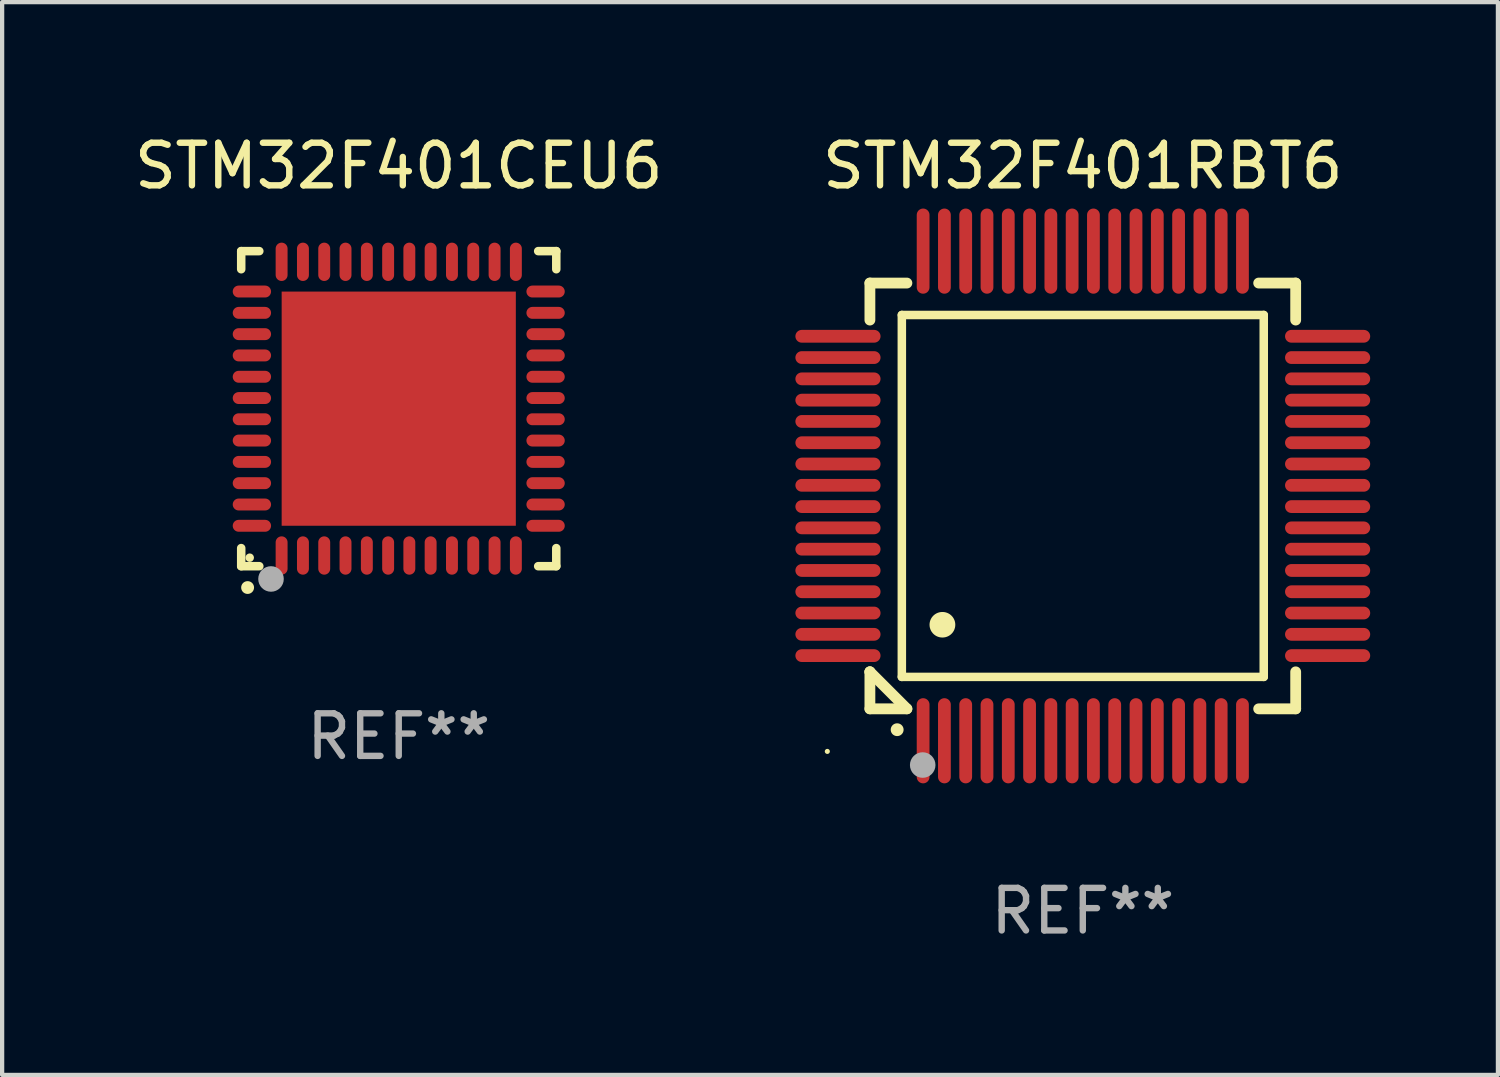
<source format=kicad_pcb>
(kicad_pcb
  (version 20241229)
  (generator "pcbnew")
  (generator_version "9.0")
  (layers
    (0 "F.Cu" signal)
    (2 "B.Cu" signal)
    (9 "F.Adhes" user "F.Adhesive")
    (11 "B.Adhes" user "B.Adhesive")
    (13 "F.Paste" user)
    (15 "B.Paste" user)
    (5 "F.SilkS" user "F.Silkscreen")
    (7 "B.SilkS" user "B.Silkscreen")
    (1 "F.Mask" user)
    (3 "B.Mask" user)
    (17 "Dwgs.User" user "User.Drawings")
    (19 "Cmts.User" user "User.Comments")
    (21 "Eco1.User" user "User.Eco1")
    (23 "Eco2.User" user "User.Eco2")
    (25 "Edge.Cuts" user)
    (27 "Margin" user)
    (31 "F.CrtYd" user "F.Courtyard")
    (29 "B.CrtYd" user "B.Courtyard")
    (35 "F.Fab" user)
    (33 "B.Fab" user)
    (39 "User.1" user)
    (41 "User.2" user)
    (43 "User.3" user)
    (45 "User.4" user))
  (footprint "STM32F401CEU6"
    (layer "F.Cu")
    (at 6.315 6.548)
    (property "Reference" "STM32F401CEU6" (at 0 -5.7 0) (layer "F.SilkS") (effects (font (size 1 1) (thickness 0.15))))
    (attr through_hole)
    (fp_line (start -3.7 -3.7) (end -3.275 -3.7) (stroke (width 0.2) (type solid)) (layer "F.SilkS"))
    (fp_line (start -3.7 -3.275) (end -3.7 -3.7) (stroke (width 0.2) (type solid)) (layer "F.SilkS"))
    (fp_line (start -3.7 3.7) (end -3.7 3.275) (stroke (width 0.2) (type solid)) (layer "F.SilkS"))
    (fp_line (start -3.275 3.7) (end -3.7 3.7) (stroke (width 0.2) (type solid)) (layer "F.SilkS"))
    (fp_line (start 3.7 -3.7) (end 3.275 -3.7) (stroke (width 0.2) (type solid)) (layer "F.SilkS"))
    (fp_line (start 3.7 -3.275) (end 3.7 -3.7) (stroke (width 0.2) (type solid)) (layer "F.SilkS"))
    (fp_line (start 3.7 3.275) (end 3.7 3.7) (stroke (width 0.2) (type solid)) (layer "F.SilkS"))
    (fp_line (start 3.7 3.7) (end 3.275 3.7) (stroke (width 0.2) (type solid)) (layer "F.SilkS"))
    (fp_arc (start -3.550927 4.201168) (mid -3.549657 4.201163) (end -3.548387 4.201168) (stroke (width 0.3) (type solid)) (layer "F.SilkS"))
    (fp_circle (center -3.5 3.5) (end -3.45 3.5) (stroke (width 0.1) (type solid)) (fill no) (layer "F.SilkS"))
    (fp_circle (center -3 4) (end -2.85 4) (stroke (width 0.3) (type solid)) (fill no) (layer "F.Fab"))
    (fp_text user "REF**" (at 0 7.7 0) (layer "F.Fab") (effects (font (size 1 1) (thickness 0.15))))
    (pad "1" smd oval (at -2.751 3.449) (size 0.28 0.9) (layers "F.Cu" "F.Mask" "F.Paste"))
    (pad "2" smd oval (at -2.25 3.449) (size 0.28 0.9) (layers "F.Cu" "F.Mask" "F.Paste"))
    (pad "3" smd oval (at -1.75 3.449) (size 0.28 0.9) (layers "F.Cu" "F.Mask" "F.Paste"))
    (pad "4" smd oval (at -1.25 3.449) (size 0.28 0.9) (layers "F.Cu" "F.Mask" "F.Paste"))
    (pad "5" smd oval (at -0.749 3.449) (size 0.28 0.9) (layers "F.Cu" "F.Mask" "F.Paste"))
    (pad "6" smd oval (at -0.249 3.449) (size 0.28 0.9) (layers "F.Cu" "F.Mask" "F.Paste"))
    (pad "7" smd oval (at 0.249 3.449) (size 0.28 0.9) (layers "F.Cu" "F.Mask" "F.Paste"))
    (pad "8" smd oval (at 0.749 3.449) (size 0.28 0.9) (layers "F.Cu" "F.Mask" "F.Paste"))
    (pad "9" smd oval (at 1.25 3.449) (size 0.28 0.9) (layers "F.Cu" "F.Mask" "F.Paste"))
    (pad "10" smd oval (at 1.75 3.449) (size 0.28 0.9) (layers "F.Cu" "F.Mask" "F.Paste"))
    (pad "11" smd oval (at 2.251 3.449) (size 0.28 0.9) (layers "F.Cu" "F.Mask" "F.Paste"))
    (pad "12" smd oval (at 2.751 3.449) (size 0.28 0.9) (layers "F.Cu" "F.Mask" "F.Paste"))
    (pad "13" smd oval (at 3.449 2.751) (size 0.9 0.28) (layers "F.Cu" "F.Mask" "F.Paste"))
    (pad "14" smd oval (at 3.449 2.251) (size 0.9 0.28) (layers "F.Cu" "F.Mask" "F.Paste"))
    (pad "15" smd oval (at 3.449 1.75) (size 0.9 0.28) (layers "F.Cu" "F.Mask" "F.Paste"))
    (pad "16" smd oval (at 3.449 1.25) (size 0.9 0.28) (layers "F.Cu" "F.Mask" "F.Paste"))
    (pad "17" smd oval (at 3.449 0.749) (size 0.9 0.28) (layers "F.Cu" "F.Mask" "F.Paste"))
    (pad "18" smd oval (at 3.449 0.249) (size 0.9 0.28) (layers "F.Cu" "F.Mask" "F.Paste"))
    (pad "19" smd oval (at 3.449 -0.249) (size 0.9 0.28) (layers "F.Cu" "F.Mask" "F.Paste"))
    (pad "20" smd oval (at 3.449 -0.749) (size 0.9 0.28) (layers "F.Cu" "F.Mask" "F.Paste"))
    (pad "21" smd oval (at 3.449 -1.25) (size 0.9 0.28) (layers "F.Cu" "F.Mask" "F.Paste"))
    (pad "22" smd oval (at 3.449 -1.75) (size 0.9 0.28) (layers "F.Cu" "F.Mask" "F.Paste"))
    (pad "23" smd oval (at 3.449 -2.25) (size 0.9 0.28) (layers "F.Cu" "F.Mask" "F.Paste"))
    (pad "24" smd oval (at 3.449 -2.751) (size 0.9 0.28) (layers "F.Cu" "F.Mask" "F.Paste"))
    (pad "25" smd oval (at 2.751 -3.449) (size 0.28 0.9) (layers "F.Cu" "F.Mask" "F.Paste"))
    (pad "26" smd oval (at 2.251 -3.449) (size 0.28 0.9) (layers "F.Cu" "F.Mask" "F.Paste"))
    (pad "27" smd oval (at 1.75 -3.449) (size 0.28 0.9) (layers "F.Cu" "F.Mask" "F.Paste"))
    (pad "28" smd oval (at 1.25 -3.449) (size 0.28 0.9) (layers "F.Cu" "F.Mask" "F.Paste"))
    (pad "29" smd oval (at 0.749 -3.449) (size 0.28 0.9) (layers "F.Cu" "F.Mask" "F.Paste"))
    (pad "30" smd oval (at 0.249 -3.449) (size 0.28 0.9) (layers "F.Cu" "F.Mask" "F.Paste"))
    (pad "31" smd oval (at -0.249 -3.449) (size 0.28 0.9) (layers "F.Cu" "F.Mask" "F.Paste"))
    (pad "32" smd oval (at -0.749 -3.449) (size 0.28 0.9) (layers "F.Cu" "F.Mask" "F.Paste"))
    (pad "33" smd oval (at -1.25 -3.449) (size 0.28 0.9) (layers "F.Cu" "F.Mask" "F.Paste"))
    (pad "34" smd oval (at -1.75 -3.449) (size 0.28 0.9) (layers "F.Cu" "F.Mask" "F.Paste"))
    (pad "35" smd oval (at -2.25 -3.449) (size 0.28 0.9) (layers "F.Cu" "F.Mask" "F.Paste"))
    (pad "36" smd oval (at -2.751 -3.449) (size 0.28 0.9) (layers "F.Cu" "F.Mask" "F.Paste"))
    (pad "37" smd oval (at -3.449 -2.751) (size 0.9 0.28) (layers "F.Cu" "F.Mask" "F.Paste"))
    (pad "38" smd oval (at -3.449 -2.25) (size 0.9 0.28) (layers "F.Cu" "F.Mask" "F.Paste"))
    (pad "39" smd oval (at -3.449 -1.75) (size 0.9 0.28) (layers "F.Cu" "F.Mask" "F.Paste"))
    (pad "40" smd oval (at -3.449 -1.25) (size 0.9 0.28) (layers "F.Cu" "F.Mask" "F.Paste"))
    (pad "41" smd oval (at -3.449 -0.749) (size 0.9 0.28) (layers "F.Cu" "F.Mask" "F.Paste"))
    (pad "42" smd oval (at -3.449 -0.249) (size 0.9 0.28) (layers "F.Cu" "F.Mask" "F.Paste"))
    (pad "43" smd oval (at -3.449 0.249) (size 0.9 0.28) (layers "F.Cu" "F.Mask" "F.Paste"))
    (pad "44" smd oval (at -3.449 0.749) (size 0.9 0.28) (layers "F.Cu" "F.Mask" "F.Paste"))
    (pad "45" smd oval (at -3.449 1.25) (size 0.9 0.28) (layers "F.Cu" "F.Mask" "F.Paste"))
    (pad "46" smd oval (at -3.449 1.75) (size 0.9 0.28) (layers "F.Cu" "F.Mask" "F.Paste"))
    (pad "47" smd oval (at -3.449 2.251) (size 0.9 0.28) (layers "F.Cu" "F.Mask" "F.Paste"))
    (pad "48" smd oval (at -3.449 2.751) (size 0.9 0.28) (layers "F.Cu" "F.Mask" "F.Paste"))
    (pad "49" smd rect (at 0.000076 0.000076) (size 5.5 5.5) (layers "F.Cu" "F.Mask" "F.Paste")))
  (footprint "STM32F401RBT6"
    (layer "F.Cu")
    (at 22.381 8.598)
    (property "Reference" "STM32F401RBT6" (at 0 -7.75 0) (layer "F.SilkS") (effects (font (size 1 1) (thickness 0.15))))
    (attr through_hole)
    (fp_line (start -5 -5) (end -4.131 -5) (stroke (width 0.254) (type solid)) (layer "F.SilkS"))
    (fp_line (start -5 -4.131) (end -5 -5) (stroke (width 0.254) (type solid)) (layer "F.SilkS"))
    (fp_line (start -5 4.131) (end -5 4.131) (stroke (width 0.254) (type solid)) (layer "F.SilkS"))
    (fp_line (start -5 5) (end -5 4.131) (stroke (width 0.254) (type solid)) (layer "F.SilkS"))
    (fp_line (start -5 4.131) (end -4.131 5) (stroke (width 0.254) (type solid)) (layer "F.SilkS"))
    (fp_line (start -4.25 -4.25) (end -4.25 4.25) (stroke (width 0.2) (type solid)) (layer "F.SilkS"))
    (fp_line (start -4.25 4.25) (end 4.25 4.25) (stroke (width 0.2) (type solid)) (layer "F.SilkS"))
    (fp_line (start -4.131 5) (end -5 5) (stroke (width 0.254) (type solid)) (layer "F.SilkS"))
    (fp_line (start 4.25 -4.25) (end -4.25 -4.25) (stroke (width 0.2) (type solid)) (layer "F.SilkS"))
    (fp_line (start 4.25 4.25) (end 4.25 -4.25) (stroke (width 0.2) (type solid)) (layer "F.SilkS"))
    (fp_line (start 5 -5) (end 4.131 -5) (stroke (width 0.254) (type solid)) (layer "F.SilkS"))
    (fp_line (start 5 -5) (end 5 -4.131) (stroke (width 0.254) (type solid)) (layer "F.SilkS"))
    (fp_line (start 5 4.131) (end 5 5) (stroke (width 0.254) (type solid)) (layer "F.SilkS"))
    (fp_line (start 5 5) (end 4.131 5) (stroke (width 0.254) (type solid)) (layer "F.SilkS"))
    (fp_arc (start -4.361265 5.489992) (mid -4.359995 5.489987) (end -4.358725 5.489992) (stroke (width 0.3) (type solid)) (layer "F.SilkS"))
    (fp_arc (start -3.299467 3.025146) (mid -3.296927 3.025135) (end -3.294387 3.025146) (stroke (width 0.6) (type solid)) (layer "F.SilkS"))
    (fp_circle (center -6 6) (end -5.97 6) (stroke (width 0.06) (type solid)) (fill no) (layer "F.SilkS"))
    (fp_circle (center -3.76 6.32) (end -3.61 6.32) (stroke (width 0.3) (type solid)) (fill no) (layer "F.Fab"))
    (fp_text user "REF**" (at 0 9.75 0) (layer "F.Fab") (effects (font (size 1 1) (thickness 0.15))))
    (pad "1" smd oval (at -3.75 5.75) (size 0.3 2) (layers "F.Cu" "F.Mask" "F.Paste"))
    (pad "2" smd oval (at -3.25 5.75) (size 0.3 2) (layers "F.Cu" "F.Mask" "F.Paste"))
    (pad "3" smd oval (at -2.75 5.75) (size 0.3 2) (layers "F.Cu" "F.Mask" "F.Paste"))
    (pad "4" smd oval (at -2.25 5.75) (size 0.3 2) (layers "F.Cu" "F.Mask" "F.Paste"))
    (pad "5" smd oval (at -1.75 5.75) (size 0.3 2) (layers "F.Cu" "F.Mask" "F.Paste"))
    (pad "6" smd oval (at -1.25 5.75) (size 0.3 2) (layers "F.Cu" "F.Mask" "F.Paste"))
    (pad "7" smd oval (at -0.75 5.75) (size 0.3 2) (layers "F.Cu" "F.Mask" "F.Paste"))
    (pad "8" smd oval (at -0.25 5.75) (size 0.3 2) (layers "F.Cu" "F.Mask" "F.Paste"))
    (pad "9" smd oval (at 0.25 5.75) (size 0.3 2) (layers "F.Cu" "F.Mask" "F.Paste"))
    (pad "10" smd oval (at 0.75 5.75) (size 0.3 2) (layers "F.Cu" "F.Mask" "F.Paste"))
    (pad "11" smd oval (at 1.25 5.75) (size 0.3 2) (layers "F.Cu" "F.Mask" "F.Paste"))
    (pad "12" smd oval (at 1.75 5.75) (size 0.3 2) (layers "F.Cu" "F.Mask" "F.Paste"))
    (pad "13" smd oval (at 2.25 5.75) (size 0.3 2) (layers "F.Cu" "F.Mask" "F.Paste"))
    (pad "14" smd oval (at 2.75 5.75) (size 0.3 2) (layers "F.Cu" "F.Mask" "F.Paste"))
    (pad "15" smd oval (at 3.25 5.75) (size 0.3 2) (layers "F.Cu" "F.Mask" "F.Paste"))
    (pad "16" smd oval (at 3.75 5.75) (size 0.3 2) (layers "F.Cu" "F.Mask" "F.Paste"))
    (pad "17" smd oval (at 5.75 3.75) (size 2 0.3) (layers "F.Cu" "F.Mask" "F.Paste"))
    (pad "18" smd oval (at 5.75 3.25) (size 2 0.3) (layers "F.Cu" "F.Mask" "F.Paste"))
    (pad "19" smd oval (at 5.75 2.75) (size 2 0.3) (layers "F.Cu" "F.Mask" "F.Paste"))
    (pad "20" smd oval (at 5.75 2.25) (size 2 0.3) (layers "F.Cu" "F.Mask" "F.Paste"))
    (pad "21" smd oval (at 5.75 1.75) (size 2 0.3) (layers "F.Cu" "F.Mask" "F.Paste"))
    (pad "22" smd oval (at 5.75 1.25) (size 2 0.3) (layers "F.Cu" "F.Mask" "F.Paste"))
    (pad "23" smd oval (at 5.75 0.75) (size 2 0.3) (layers "F.Cu" "F.Mask" "F.Paste"))
    (pad "24" smd oval (at 5.75 0.25) (size 2 0.3) (layers "F.Cu" "F.Mask" "F.Paste"))
    (pad "25" smd oval (at 5.75 -0.25) (size 2 0.3) (layers "F.Cu" "F.Mask" "F.Paste"))
    (pad "26" smd oval (at 5.75 -0.75) (size 2 0.3) (layers "F.Cu" "F.Mask" "F.Paste"))
    (pad "27" smd oval (at 5.75 -1.25) (size 2 0.3) (layers "F.Cu" "F.Mask" "F.Paste"))
    (pad "28" smd oval (at 5.75 -1.75) (size 2 0.3) (layers "F.Cu" "F.Mask" "F.Paste"))
    (pad "29" smd oval (at 5.75 -2.25) (size 2 0.3) (layers "F.Cu" "F.Mask" "F.Paste"))
    (pad "30" smd oval (at 5.75 -2.75) (size 2 0.3) (layers "F.Cu" "F.Mask" "F.Paste"))
    (pad "31" smd oval (at 5.75 -3.25) (size 2 0.3) (layers "F.Cu" "F.Mask" "F.Paste"))
    (pad "32" smd oval (at 5.75 -3.75) (size 2 0.3) (layers "F.Cu" "F.Mask" "F.Paste"))
    (pad "33" smd oval (at 3.75 -5.75) (size 0.3 2) (layers "F.Cu" "F.Mask" "F.Paste"))
    (pad "34" smd oval (at 3.25 -5.75) (size 0.3 2) (layers "F.Cu" "F.Mask" "F.Paste"))
    (pad "35" smd oval (at 2.75 -5.75) (size 0.3 2) (layers "F.Cu" "F.Mask" "F.Paste"))
    (pad "36" smd oval (at 2.25 -5.75) (size 0.3 2) (layers "F.Cu" "F.Mask" "F.Paste"))
    (pad "37" smd oval (at 1.75 -5.75) (size 0.3 2) (layers "F.Cu" "F.Mask" "F.Paste"))
    (pad "38" smd oval (at 1.25 -5.75) (size 0.3 2) (layers "F.Cu" "F.Mask" "F.Paste"))
    (pad "39" smd oval (at 0.75 -5.75) (size 0.3 2) (layers "F.Cu" "F.Mask" "F.Paste"))
    (pad "40" smd oval (at 0.25 -5.75) (size 0.3 2) (layers "F.Cu" "F.Mask" "F.Paste"))
    (pad "41" smd oval (at -0.25 -5.75) (size 0.3 2) (layers "F.Cu" "F.Mask" "F.Paste"))
    (pad "42" smd oval (at -0.75 -5.75) (size 0.3 2) (layers "F.Cu" "F.Mask" "F.Paste"))
    (pad "43" smd oval (at -1.25 -5.75) (size 0.3 2) (layers "F.Cu" "F.Mask" "F.Paste"))
    (pad "44" smd oval (at -1.75 -5.75) (size 0.3 2) (layers "F.Cu" "F.Mask" "F.Paste"))
    (pad "45" smd oval (at -2.25 -5.75) (size 0.3 2) (layers "F.Cu" "F.Mask" "F.Paste"))
    (pad "46" smd oval (at -2.75 -5.75) (size 0.3 2) (layers "F.Cu" "F.Mask" "F.Paste"))
    (pad "47" smd oval (at -3.25 -5.75) (size 0.3 2) (layers "F.Cu" "F.Mask" "F.Paste"))
    (pad "48" smd oval (at -3.75 -5.75) (size 0.3 2) (layers "F.Cu" "F.Mask" "F.Paste"))
    (pad "49" smd oval (at -5.75 -3.75) (size 2 0.3) (layers "F.Cu" "F.Mask" "F.Paste"))
    (pad "50" smd oval (at -5.75 -3.25) (size 2 0.3) (layers "F.Cu" "F.Mask" "F.Paste"))
    (pad "51" smd oval (at -5.75 -2.75) (size 2 0.3) (layers "F.Cu" "F.Mask" "F.Paste"))
    (pad "52" smd oval (at -5.75 -2.25) (size 2 0.3) (layers "F.Cu" "F.Mask" "F.Paste"))
    (pad "53" smd oval (at -5.75 -1.75) (size 2 0.3) (layers "F.Cu" "F.Mask" "F.Paste"))
    (pad "54" smd oval (at -5.75 -1.25) (size 2 0.3) (layers "F.Cu" "F.Mask" "F.Paste"))
    (pad "55" smd oval (at -5.75 -0.75) (size 2 0.3) (layers "F.Cu" "F.Mask" "F.Paste"))
    (pad "56" smd oval (at -5.75 -0.25) (size 2 0.3) (layers "F.Cu" "F.Mask" "F.Paste"))
    (pad "57" smd oval (at -5.75 0.25) (size 2 0.3) (layers "F.Cu" "F.Mask" "F.Paste"))
    (pad "58" smd oval (at -5.75 0.75) (size 2 0.3) (layers "F.Cu" "F.Mask" "F.Paste"))
    (pad "59" smd oval (at -5.75 1.25) (size 2 0.3) (layers "F.Cu" "F.Mask" "F.Paste"))
    (pad "60" smd oval (at -5.75 1.75) (size 2 0.3) (layers "F.Cu" "F.Mask" "F.Paste"))
    (pad "61" smd oval (at -5.75 2.25) (size 2 0.3) (layers "F.Cu" "F.Mask" "F.Paste"))
    (pad "62" smd oval (at -5.75 2.75) (size 2 0.3) (layers "F.Cu" "F.Mask" "F.Paste"))
    (pad "63" smd oval (at -5.75 3.25) (size 2 0.3) (layers "F.Cu" "F.Mask" "F.Paste"))
    (pad "64" smd oval (at -5.75 3.75) (size 2 0.3) (layers "F.Cu" "F.Mask" "F.Paste")))
  (gr_rect
    (start -3 -3)
    (end 32.131 22.196)
    (stroke (width 0.1) (type default))
    (fill no)
    (layer "Edge.Cuts")))
</source>
